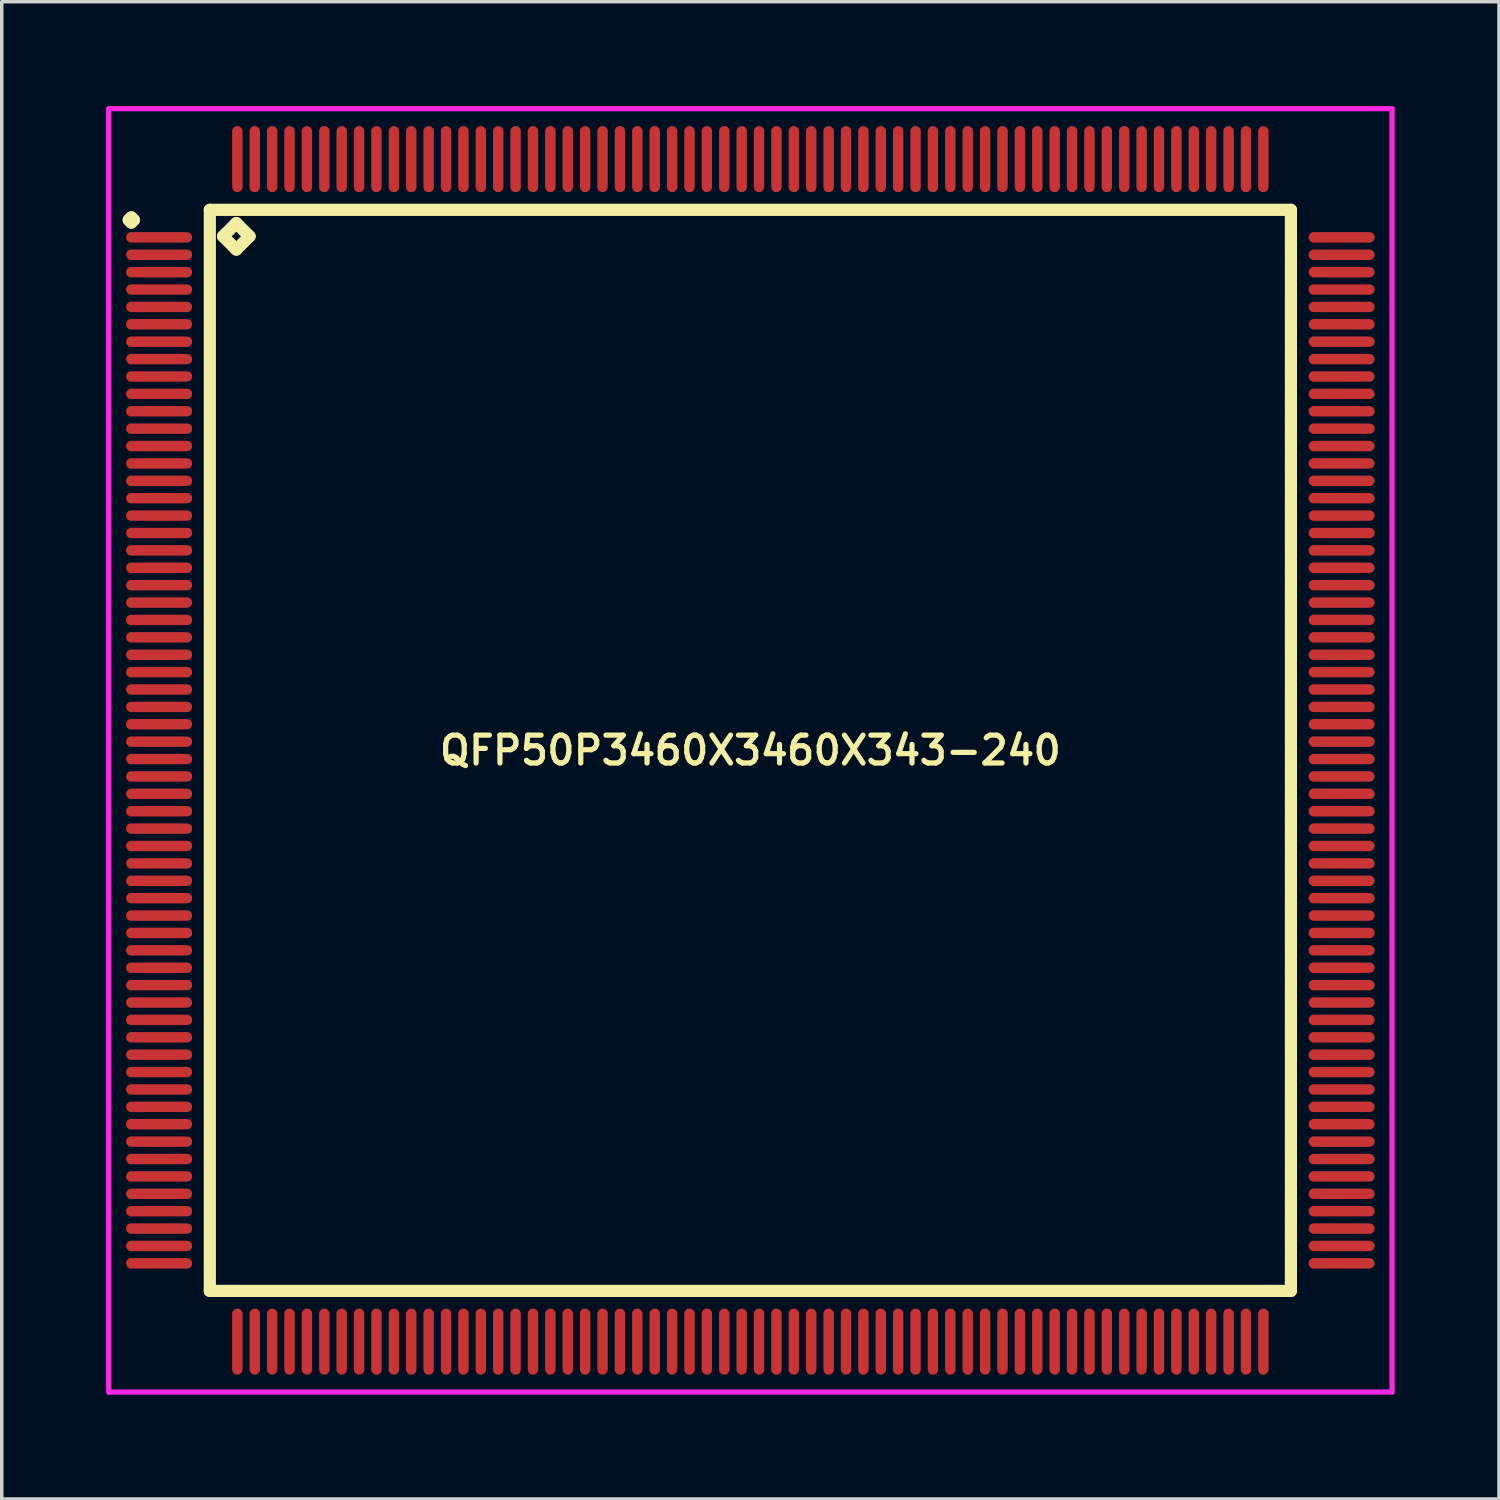
<source format=kicad_pcb>
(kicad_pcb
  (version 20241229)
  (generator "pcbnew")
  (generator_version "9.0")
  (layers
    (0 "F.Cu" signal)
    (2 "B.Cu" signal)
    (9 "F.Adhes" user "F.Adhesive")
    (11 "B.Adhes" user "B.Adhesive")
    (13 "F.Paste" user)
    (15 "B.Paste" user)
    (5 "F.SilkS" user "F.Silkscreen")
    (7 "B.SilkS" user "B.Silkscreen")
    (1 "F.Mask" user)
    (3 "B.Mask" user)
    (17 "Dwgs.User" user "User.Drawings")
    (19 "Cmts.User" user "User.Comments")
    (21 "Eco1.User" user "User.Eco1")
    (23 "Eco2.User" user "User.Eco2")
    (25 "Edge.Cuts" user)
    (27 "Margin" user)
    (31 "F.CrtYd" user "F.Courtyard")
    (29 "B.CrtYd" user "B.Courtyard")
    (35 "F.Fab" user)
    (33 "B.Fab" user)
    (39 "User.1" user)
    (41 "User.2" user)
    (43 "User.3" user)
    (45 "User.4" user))
  (footprint "QFP50P3460X3460X343-240"
    (layer "F.Cu")
    (at 18.525 18.525)
    (property "Reference" "QFP50P3460X3460X343-240" (at 0 0 0) (layer "F.SilkS") (effects (font (size 0.8 0.8) (thickness 0.15))))
    (attr smd)
    (fp_line (start -17.875 -15.25) (end -17.8 -15.325) (stroke (width 0.35) (type solid)) (layer "F.SilkS"))
    (fp_line (start -17.8 -15.325) (end -17.725 -15.25) (stroke (width 0.35) (type solid)) (layer "F.SilkS"))
    (fp_line (start -17.8 -15.175) (end -17.875 -15.25) (stroke (width 0.35) (type solid)) (layer "F.SilkS"))
    (fp_line (start -17.725 -15.25) (end -17.8 -15.175) (stroke (width 0.35) (type solid)) (layer "F.SilkS"))
    (fp_line (start -15.542 -15.542) (end -15.542 15.542) (stroke (width 0.35) (type solid)) (layer "F.SilkS"))
    (fp_line (start -15.542 15.542) (end 15.542 15.542) (stroke (width 0.35) (type solid)) (layer "F.SilkS"))
    (fp_line (start -15.161 -14.78) (end -14.78 -15.161) (stroke (width 0.35) (type solid)) (layer "F.SilkS"))
    (fp_line (start -14.78 -15.161) (end -14.399 -14.78) (stroke (width 0.35) (type solid)) (layer "F.SilkS"))
    (fp_line (start -14.78 -14.399) (end -15.161 -14.78) (stroke (width 0.35) (type solid)) (layer "F.SilkS"))
    (fp_line (start -14.399 -14.78) (end -14.78 -14.399) (stroke (width 0.35) (type solid)) (layer "F.SilkS"))
    (fp_line (start 15.542 -15.542) (end -15.542 -15.542) (stroke (width 0.35) (type solid)) (layer "F.SilkS"))
    (fp_line (start 15.542 15.542) (end 15.542 -15.542) (stroke (width 0.35) (type solid)) (layer "F.SilkS"))
    (fp_line (start -18.45 -18.45) (end 18.45 -18.45) (stroke (width 0.15) (type solid)) (layer "F.CrtYd"))
    (fp_line (start -18.45 18.45) (end -18.45 -18.45) (stroke (width 0.15) (type solid)) (layer "F.CrtYd"))
    (fp_line (start 18.45 -18.45) (end 18.45 18.45) (stroke (width 0.15) (type solid)) (layer "F.CrtYd"))
    (fp_line (start 18.45 18.45) (end -18.45 18.45) (stroke (width 0.15) (type solid)) (layer "F.CrtYd"))
    (pad "1" smd oval (at -17 -14.75) (size 1.9 0.3) (layers "F.Cu" "F.Mask" "F.Paste"))
    (pad "2" smd oval (at -17 -14.25) (size 1.9 0.3) (layers "F.Cu" "F.Mask" "F.Paste"))
    (pad "3" smd oval (at -17 -13.75) (size 1.9 0.3) (layers "F.Cu" "F.Mask" "F.Paste"))
    (pad "4" smd oval (at -17 -13.25) (size 1.9 0.3) (layers "F.Cu" "F.Mask" "F.Paste"))
    (pad "5" smd oval (at -17 -12.75) (size 1.9 0.3) (layers "F.Cu" "F.Mask" "F.Paste"))
    (pad "6" smd oval (at -17 -12.25) (size 1.9 0.3) (layers "F.Cu" "F.Mask" "F.Paste"))
    (pad "7" smd oval (at -17 -11.75) (size 1.9 0.3) (layers "F.Cu" "F.Mask" "F.Paste"))
    (pad "8" smd oval (at -17 -11.25) (size 1.9 0.3) (layers "F.Cu" "F.Mask" "F.Paste"))
    (pad "9" smd oval (at -17 -10.75) (size 1.9 0.3) (layers "F.Cu" "F.Mask" "F.Paste"))
    (pad "10" smd oval (at -17 -10.25) (size 1.9 0.3) (layers "F.Cu" "F.Mask" "F.Paste"))
    (pad "11" smd oval (at -17 -9.75) (size 1.9 0.3) (layers "F.Cu" "F.Mask" "F.Paste"))
    (pad "12" smd oval (at -17 -9.25) (size 1.9 0.3) (layers "F.Cu" "F.Mask" "F.Paste"))
    (pad "13" smd oval (at -17 -8.75) (size 1.9 0.3) (layers "F.Cu" "F.Mask" "F.Paste"))
    (pad "14" smd oval (at -17 -8.25) (size 1.9 0.3) (layers "F.Cu" "F.Mask" "F.Paste"))
    (pad "15" smd oval (at -17 -7.75) (size 1.9 0.3) (layers "F.Cu" "F.Mask" "F.Paste"))
    (pad "16" smd oval (at -17 -7.25) (size 1.9 0.3) (layers "F.Cu" "F.Mask" "F.Paste"))
    (pad "17" smd oval (at -17 -6.75) (size 1.9 0.3) (layers "F.Cu" "F.Mask" "F.Paste"))
    (pad "18" smd oval (at -17 -6.25) (size 1.9 0.3) (layers "F.Cu" "F.Mask" "F.Paste"))
    (pad "19" smd oval (at -17 -5.75) (size 1.9 0.3) (layers "F.Cu" "F.Mask" "F.Paste"))
    (pad "20" smd oval (at -17 -5.25) (size 1.9 0.3) (layers "F.Cu" "F.Mask" "F.Paste"))
    (pad "21" smd oval (at -17 -4.75) (size 1.9 0.3) (layers "F.Cu" "F.Mask" "F.Paste"))
    (pad "22" smd oval (at -17 -4.25) (size 1.9 0.3) (layers "F.Cu" "F.Mask" "F.Paste"))
    (pad "23" smd oval (at -17 -3.75) (size 1.9 0.3) (layers "F.Cu" "F.Mask" "F.Paste"))
    (pad "24" smd oval (at -17 -3.25) (size 1.9 0.3) (layers "F.Cu" "F.Mask" "F.Paste"))
    (pad "25" smd oval (at -17 -2.75) (size 1.9 0.3) (layers "F.Cu" "F.Mask" "F.Paste"))
    (pad "26" smd oval (at -17 -2.25) (size 1.9 0.3) (layers "F.Cu" "F.Mask" "F.Paste"))
    (pad "27" smd oval (at -17 -1.75) (size 1.9 0.3) (layers "F.Cu" "F.Mask" "F.Paste"))
    (pad "28" smd oval (at -17 -1.25) (size 1.9 0.3) (layers "F.Cu" "F.Mask" "F.Paste"))
    (pad "29" smd oval (at -17 -0.75) (size 1.9 0.3) (layers "F.Cu" "F.Mask" "F.Paste"))
    (pad "30" smd oval (at -17 -0.25) (size 1.9 0.3) (layers "F.Cu" "F.Mask" "F.Paste"))
    (pad "31" smd oval (at -17 0.25) (size 1.9 0.3) (layers "F.Cu" "F.Mask" "F.Paste"))
    (pad "32" smd oval (at -17 0.75) (size 1.9 0.3) (layers "F.Cu" "F.Mask" "F.Paste"))
    (pad "33" smd oval (at -17 1.25) (size 1.9 0.3) (layers "F.Cu" "F.Mask" "F.Paste"))
    (pad "34" smd oval (at -17 1.75) (size 1.9 0.3) (layers "F.Cu" "F.Mask" "F.Paste"))
    (pad "35" smd oval (at -17 2.25) (size 1.9 0.3) (layers "F.Cu" "F.Mask" "F.Paste"))
    (pad "36" smd oval (at -17 2.75) (size 1.9 0.3) (layers "F.Cu" "F.Mask" "F.Paste"))
    (pad "37" smd oval (at -17 3.25) (size 1.9 0.3) (layers "F.Cu" "F.Mask" "F.Paste"))
    (pad "38" smd oval (at -17 3.75) (size 1.9 0.3) (layers "F.Cu" "F.Mask" "F.Paste"))
    (pad "39" smd oval (at -17 4.25) (size 1.9 0.3) (layers "F.Cu" "F.Mask" "F.Paste"))
    (pad "40" smd oval (at -17 4.75) (size 1.9 0.3) (layers "F.Cu" "F.Mask" "F.Paste"))
    (pad "41" smd oval (at -17 5.25) (size 1.9 0.3) (layers "F.Cu" "F.Mask" "F.Paste"))
    (pad "42" smd oval (at -17 5.75) (size 1.9 0.3) (layers "F.Cu" "F.Mask" "F.Paste"))
    (pad "43" smd oval (at -17 6.25) (size 1.9 0.3) (layers "F.Cu" "F.Mask" "F.Paste"))
    (pad "44" smd oval (at -17 6.75) (size 1.9 0.3) (layers "F.Cu" "F.Mask" "F.Paste"))
    (pad "45" smd oval (at -17 7.25) (size 1.9 0.3) (layers "F.Cu" "F.Mask" "F.Paste"))
    (pad "46" smd oval (at -17 7.75) (size 1.9 0.3) (layers "F.Cu" "F.Mask" "F.Paste"))
    (pad "47" smd oval (at -17 8.25) (size 1.9 0.3) (layers "F.Cu" "F.Mask" "F.Paste"))
    (pad "48" smd oval (at -17 8.75) (size 1.9 0.3) (layers "F.Cu" "F.Mask" "F.Paste"))
    (pad "49" smd oval (at -17 9.25) (size 1.9 0.3) (layers "F.Cu" "F.Mask" "F.Paste"))
    (pad "50" smd oval (at -17 9.75) (size 1.9 0.3) (layers "F.Cu" "F.Mask" "F.Paste"))
    (pad "51" smd oval (at -17 10.25) (size 1.9 0.3) (layers "F.Cu" "F.Mask" "F.Paste"))
    (pad "52" smd oval (at -17 10.75) (size 1.9 0.3) (layers "F.Cu" "F.Mask" "F.Paste"))
    (pad "53" smd oval (at -17 11.25) (size 1.9 0.3) (layers "F.Cu" "F.Mask" "F.Paste"))
    (pad "54" smd oval (at -17 11.75) (size 1.9 0.3) (layers "F.Cu" "F.Mask" "F.Paste"))
    (pad "55" smd oval (at -17 12.25) (size 1.9 0.3) (layers "F.Cu" "F.Mask" "F.Paste"))
    (pad "56" smd oval (at -17 12.75) (size 1.9 0.3) (layers "F.Cu" "F.Mask" "F.Paste"))
    (pad "57" smd oval (at -17 13.25) (size 1.9 0.3) (layers "F.Cu" "F.Mask" "F.Paste"))
    (pad "58" smd oval (at -17 13.75) (size 1.9 0.3) (layers "F.Cu" "F.Mask" "F.Paste"))
    (pad "59" smd oval (at -17 14.25) (size 1.9 0.3) (layers "F.Cu" "F.Mask" "F.Paste"))
    (pad "60" smd oval (at -17 14.75) (size 1.9 0.3) (layers "F.Cu" "F.Mask" "F.Paste"))
    (pad "61" smd oval (at -14.75 17) (size 0.3 1.9) (layers "F.Cu" "F.Mask" "F.Paste"))
    (pad "62" smd oval (at -14.25 17) (size 0.3 1.9) (layers "F.Cu" "F.Mask" "F.Paste"))
    (pad "63" smd oval (at -13.75 17) (size 0.3 1.9) (layers "F.Cu" "F.Mask" "F.Paste"))
    (pad "64" smd oval (at -13.25 17) (size 0.3 1.9) (layers "F.Cu" "F.Mask" "F.Paste"))
    (pad "65" smd oval (at -12.75 17) (size 0.3 1.9) (layers "F.Cu" "F.Mask" "F.Paste"))
    (pad "66" smd oval (at -12.25 17) (size 0.3 1.9) (layers "F.Cu" "F.Mask" "F.Paste"))
    (pad "67" smd oval (at -11.75 17) (size 0.3 1.9) (layers "F.Cu" "F.Mask" "F.Paste"))
    (pad "68" smd oval (at -11.25 17) (size 0.3 1.9) (layers "F.Cu" "F.Mask" "F.Paste"))
    (pad "69" smd oval (at -10.75 17) (size 0.3 1.9) (layers "F.Cu" "F.Mask" "F.Paste"))
    (pad "70" smd oval (at -10.25 17) (size 0.3 1.9) (layers "F.Cu" "F.Mask" "F.Paste"))
    (pad "71" smd oval (at -9.75 17) (size 0.3 1.9) (layers "F.Cu" "F.Mask" "F.Paste"))
    (pad "72" smd oval (at -9.25 17) (size 0.3 1.9) (layers "F.Cu" "F.Mask" "F.Paste"))
    (pad "73" smd oval (at -8.75 17) (size 0.3 1.9) (layers "F.Cu" "F.Mask" "F.Paste"))
    (pad "74" smd oval (at -8.25 17) (size 0.3 1.9) (layers "F.Cu" "F.Mask" "F.Paste"))
    (pad "75" smd oval (at -7.75 17) (size 0.3 1.9) (layers "F.Cu" "F.Mask" "F.Paste"))
    (pad "76" smd oval (at -7.25 17) (size 0.3 1.9) (layers "F.Cu" "F.Mask" "F.Paste"))
    (pad "77" smd oval (at -6.75 17) (size 0.3 1.9) (layers "F.Cu" "F.Mask" "F.Paste"))
    (pad "78" smd oval (at -6.25 17) (size 0.3 1.9) (layers "F.Cu" "F.Mask" "F.Paste"))
    (pad "79" smd oval (at -5.75 17) (size 0.3 1.9) (layers "F.Cu" "F.Mask" "F.Paste"))
    (pad "80" smd oval (at -5.25 17) (size 0.3 1.9) (layers "F.Cu" "F.Mask" "F.Paste"))
    (pad "81" smd oval (at -4.75 17) (size 0.3 1.9) (layers "F.Cu" "F.Mask" "F.Paste"))
    (pad "82" smd oval (at -4.25 17) (size 0.3 1.9) (layers "F.Cu" "F.Mask" "F.Paste"))
    (pad "83" smd oval (at -3.75 17) (size 0.3 1.9) (layers "F.Cu" "F.Mask" "F.Paste"))
    (pad "84" smd oval (at -3.25 17) (size 0.3 1.9) (layers "F.Cu" "F.Mask" "F.Paste"))
    (pad "85" smd oval (at -2.75 17) (size 0.3 1.9) (layers "F.Cu" "F.Mask" "F.Paste"))
    (pad "86" smd oval (at -2.25 17) (size 0.3 1.9) (layers "F.Cu" "F.Mask" "F.Paste"))
    (pad "87" smd oval (at -1.75 17) (size 0.3 1.9) (layers "F.Cu" "F.Mask" "F.Paste"))
    (pad "88" smd oval (at -1.25 17) (size 0.3 1.9) (layers "F.Cu" "F.Mask" "F.Paste"))
    (pad "89" smd oval (at -0.75 17) (size 0.3 1.9) (layers "F.Cu" "F.Mask" "F.Paste"))
    (pad "90" smd oval (at -0.25 17) (size 0.3 1.9) (layers "F.Cu" "F.Mask" "F.Paste"))
    (pad "91" smd oval (at 0.25 17) (size 0.3 1.9) (layers "F.Cu" "F.Mask" "F.Paste"))
    (pad "92" smd oval (at 0.75 17) (size 0.3 1.9) (layers "F.Cu" "F.Mask" "F.Paste"))
    (pad "93" smd oval (at 1.25 17) (size 0.3 1.9) (layers "F.Cu" "F.Mask" "F.Paste"))
    (pad "94" smd oval (at 1.75 17) (size 0.3 1.9) (layers "F.Cu" "F.Mask" "F.Paste"))
    (pad "95" smd oval (at 2.25 17) (size 0.3 1.9) (layers "F.Cu" "F.Mask" "F.Paste"))
    (pad "96" smd oval (at 2.75 17) (size 0.3 1.9) (layers "F.Cu" "F.Mask" "F.Paste"))
    (pad "97" smd oval (at 3.25 17) (size 0.3 1.9) (layers "F.Cu" "F.Mask" "F.Paste"))
    (pad "98" smd oval (at 3.75 17) (size 0.3 1.9) (layers "F.Cu" "F.Mask" "F.Paste"))
    (pad "99" smd oval (at 4.25 17) (size 0.3 1.9) (layers "F.Cu" "F.Mask" "F.Paste"))
    (pad "100" smd oval (at 4.75 17) (size 0.3 1.9) (layers "F.Cu" "F.Mask" "F.Paste"))
    (pad "101" smd oval (at 5.25 17) (size 0.3 1.9) (layers "F.Cu" "F.Mask" "F.Paste"))
    (pad "102" smd oval (at 5.75 17) (size 0.3 1.9) (layers "F.Cu" "F.Mask" "F.Paste"))
    (pad "103" smd oval (at 6.25 17) (size 0.3 1.9) (layers "F.Cu" "F.Mask" "F.Paste"))
    (pad "104" smd oval (at 6.75 17) (size 0.3 1.9) (layers "F.Cu" "F.Mask" "F.Paste"))
    (pad "105" smd oval (at 7.25 17) (size 0.3 1.9) (layers "F.Cu" "F.Mask" "F.Paste"))
    (pad "106" smd oval (at 7.75 17) (size 0.3 1.9) (layers "F.Cu" "F.Mask" "F.Paste"))
    (pad "107" smd oval (at 8.25 17) (size 0.3 1.9) (layers "F.Cu" "F.Mask" "F.Paste"))
    (pad "108" smd oval (at 8.75 17) (size 0.3 1.9) (layers "F.Cu" "F.Mask" "F.Paste"))
    (pad "109" smd oval (at 9.25 17) (size 0.3 1.9) (layers "F.Cu" "F.Mask" "F.Paste"))
    (pad "110" smd oval (at 9.75 17) (size 0.3 1.9) (layers "F.Cu" "F.Mask" "F.Paste"))
    (pad "111" smd oval (at 10.25 17) (size 0.3 1.9) (layers "F.Cu" "F.Mask" "F.Paste"))
    (pad "112" smd oval (at 10.75 17) (size 0.3 1.9) (layers "F.Cu" "F.Mask" "F.Paste"))
    (pad "113" smd oval (at 11.25 17) (size 0.3 1.9) (layers "F.Cu" "F.Mask" "F.Paste"))
    (pad "114" smd oval (at 11.75 17) (size 0.3 1.9) (layers "F.Cu" "F.Mask" "F.Paste"))
    (pad "115" smd oval (at 12.25 17) (size 0.3 1.9) (layers "F.Cu" "F.Mask" "F.Paste"))
    (pad "116" smd oval (at 12.75 17) (size 0.3 1.9) (layers "F.Cu" "F.Mask" "F.Paste"))
    (pad "117" smd oval (at 13.25 17) (size 0.3 1.9) (layers "F.Cu" "F.Mask" "F.Paste"))
    (pad "118" smd oval (at 13.75 17) (size 0.3 1.9) (layers "F.Cu" "F.Mask" "F.Paste"))
    (pad "119" smd oval (at 14.25 17) (size 0.3 1.9) (layers "F.Cu" "F.Mask" "F.Paste"))
    (pad "120" smd oval (at 14.75 17) (size 0.3 1.9) (layers "F.Cu" "F.Mask" "F.Paste"))
    (pad "121" smd oval (at 17 14.75) (size 1.9 0.3) (layers "F.Cu" "F.Mask" "F.Paste"))
    (pad "122" smd oval (at 17 14.25) (size 1.9 0.3) (layers "F.Cu" "F.Mask" "F.Paste"))
    (pad "123" smd oval (at 17 13.75) (size 1.9 0.3) (layers "F.Cu" "F.Mask" "F.Paste"))
    (pad "124" smd oval (at 17 13.25) (size 1.9 0.3) (layers "F.Cu" "F.Mask" "F.Paste"))
    (pad "125" smd oval (at 17 12.75) (size 1.9 0.3) (layers "F.Cu" "F.Mask" "F.Paste"))
    (pad "126" smd oval (at 17 12.25) (size 1.9 0.3) (layers "F.Cu" "F.Mask" "F.Paste"))
    (pad "127" smd oval (at 17 11.75) (size 1.9 0.3) (layers "F.Cu" "F.Mask" "F.Paste"))
    (pad "128" smd oval (at 17 11.25) (size 1.9 0.3) (layers "F.Cu" "F.Mask" "F.Paste"))
    (pad "129" smd oval (at 17 10.75) (size 1.9 0.3) (layers "F.Cu" "F.Mask" "F.Paste"))
    (pad "130" smd oval (at 17 10.25) (size 1.9 0.3) (layers "F.Cu" "F.Mask" "F.Paste"))
    (pad "131" smd oval (at 17 9.75) (size 1.9 0.3) (layers "F.Cu" "F.Mask" "F.Paste"))
    (pad "132" smd oval (at 17 9.25) (size 1.9 0.3) (layers "F.Cu" "F.Mask" "F.Paste"))
    (pad "133" smd oval (at 17 8.75) (size 1.9 0.3) (layers "F.Cu" "F.Mask" "F.Paste"))
    (pad "134" smd oval (at 17 8.25) (size 1.9 0.3) (layers "F.Cu" "F.Mask" "F.Paste"))
    (pad "135" smd oval (at 17 7.75) (size 1.9 0.3) (layers "F.Cu" "F.Mask" "F.Paste"))
    (pad "136" smd oval (at 17 7.25) (size 1.9 0.3) (layers "F.Cu" "F.Mask" "F.Paste"))
    (pad "137" smd oval (at 17 6.75) (size 1.9 0.3) (layers "F.Cu" "F.Mask" "F.Paste"))
    (pad "138" smd oval (at 17 6.25) (size 1.9 0.3) (layers "F.Cu" "F.Mask" "F.Paste"))
    (pad "139" smd oval (at 17 5.75) (size 1.9 0.3) (layers "F.Cu" "F.Mask" "F.Paste"))
    (pad "140" smd oval (at 17 5.25) (size 1.9 0.3) (layers "F.Cu" "F.Mask" "F.Paste"))
    (pad "141" smd oval (at 17 4.75) (size 1.9 0.3) (layers "F.Cu" "F.Mask" "F.Paste"))
    (pad "142" smd oval (at 17 4.25) (size 1.9 0.3) (layers "F.Cu" "F.Mask" "F.Paste"))
    (pad "143" smd oval (at 17 3.75) (size 1.9 0.3) (layers "F.Cu" "F.Mask" "F.Paste"))
    (pad "144" smd oval (at 17 3.25) (size 1.9 0.3) (layers "F.Cu" "F.Mask" "F.Paste"))
    (pad "145" smd oval (at 17 2.75) (size 1.9 0.3) (layers "F.Cu" "F.Mask" "F.Paste"))
    (pad "146" smd oval (at 17 2.25) (size 1.9 0.3) (layers "F.Cu" "F.Mask" "F.Paste"))
    (pad "147" smd oval (at 17 1.75) (size 1.9 0.3) (layers "F.Cu" "F.Mask" "F.Paste"))
    (pad "148" smd oval (at 17 1.25) (size 1.9 0.3) (layers "F.Cu" "F.Mask" "F.Paste"))
    (pad "149" smd oval (at 17 0.75) (size 1.9 0.3) (layers "F.Cu" "F.Mask" "F.Paste"))
    (pad "150" smd oval (at 17 0.25) (size 1.9 0.3) (layers "F.Cu" "F.Mask" "F.Paste"))
    (pad "151" smd oval (at 17 -0.25) (size 1.9 0.3) (layers "F.Cu" "F.Mask" "F.Paste"))
    (pad "152" smd oval (at 17 -0.75) (size 1.9 0.3) (layers "F.Cu" "F.Mask" "F.Paste"))
    (pad "153" smd oval (at 17 -1.25) (size 1.9 0.3) (layers "F.Cu" "F.Mask" "F.Paste"))
    (pad "154" smd oval (at 17 -1.75) (size 1.9 0.3) (layers "F.Cu" "F.Mask" "F.Paste"))
    (pad "155" smd oval (at 17 -2.25) (size 1.9 0.3) (layers "F.Cu" "F.Mask" "F.Paste"))
    (pad "156" smd oval (at 17 -2.75) (size 1.9 0.3) (layers "F.Cu" "F.Mask" "F.Paste"))
    (pad "157" smd oval (at 17 -3.25) (size 1.9 0.3) (layers "F.Cu" "F.Mask" "F.Paste"))
    (pad "158" smd oval (at 17 -3.75) (size 1.9 0.3) (layers "F.Cu" "F.Mask" "F.Paste"))
    (pad "159" smd oval (at 17 -4.25) (size 1.9 0.3) (layers "F.Cu" "F.Mask" "F.Paste"))
    (pad "160" smd oval (at 17 -4.75) (size 1.9 0.3) (layers "F.Cu" "F.Mask" "F.Paste"))
    (pad "161" smd oval (at 17 -5.25) (size 1.9 0.3) (layers "F.Cu" "F.Mask" "F.Paste"))
    (pad "162" smd oval (at 17 -5.75) (size 1.9 0.3) (layers "F.Cu" "F.Mask" "F.Paste"))
    (pad "163" smd oval (at 17 -6.25) (size 1.9 0.3) (layers "F.Cu" "F.Mask" "F.Paste"))
    (pad "164" smd oval (at 17 -6.75) (size 1.9 0.3) (layers "F.Cu" "F.Mask" "F.Paste"))
    (pad "165" smd oval (at 17 -7.25) (size 1.9 0.3) (layers "F.Cu" "F.Mask" "F.Paste"))
    (pad "166" smd oval (at 17 -7.75) (size 1.9 0.3) (layers "F.Cu" "F.Mask" "F.Paste"))
    (pad "167" smd oval (at 17 -8.25) (size 1.9 0.3) (layers "F.Cu" "F.Mask" "F.Paste"))
    (pad "168" smd oval (at 17 -8.75) (size 1.9 0.3) (layers "F.Cu" "F.Mask" "F.Paste"))
    (pad "169" smd oval (at 17 -9.25) (size 1.9 0.3) (layers "F.Cu" "F.Mask" "F.Paste"))
    (pad "170" smd oval (at 17 -9.75) (size 1.9 0.3) (layers "F.Cu" "F.Mask" "F.Paste"))
    (pad "171" smd oval (at 17 -10.25) (size 1.9 0.3) (layers "F.Cu" "F.Mask" "F.Paste"))
    (pad "172" smd oval (at 17 -10.75) (size 1.9 0.3) (layers "F.Cu" "F.Mask" "F.Paste"))
    (pad "173" smd oval (at 17 -11.25) (size 1.9 0.3) (layers "F.Cu" "F.Mask" "F.Paste"))
    (pad "174" smd oval (at 17 -11.75) (size 1.9 0.3) (layers "F.Cu" "F.Mask" "F.Paste"))
    (pad "175" smd oval (at 17 -12.25) (size 1.9 0.3) (layers "F.Cu" "F.Mask" "F.Paste"))
    (pad "176" smd oval (at 17 -12.75) (size 1.9 0.3) (layers "F.Cu" "F.Mask" "F.Paste"))
    (pad "177" smd oval (at 17 -13.25) (size 1.9 0.3) (layers "F.Cu" "F.Mask" "F.Paste"))
    (pad "178" smd oval (at 17 -13.75) (size 1.9 0.3) (layers "F.Cu" "F.Mask" "F.Paste"))
    (pad "179" smd oval (at 17 -14.25) (size 1.9 0.3) (layers "F.Cu" "F.Mask" "F.Paste"))
    (pad "180" smd oval (at 17 -14.75) (size 1.9 0.3) (layers "F.Cu" "F.Mask" "F.Paste"))
    (pad "181" smd oval (at 14.75 -17) (size 0.3 1.9) (layers "F.Cu" "F.Mask" "F.Paste"))
    (pad "182" smd oval (at 14.25 -17) (size 0.3 1.9) (layers "F.Cu" "F.Mask" "F.Paste"))
    (pad "183" smd oval (at 13.75 -17) (size 0.3 1.9) (layers "F.Cu" "F.Mask" "F.Paste"))
    (pad "184" smd oval (at 13.25 -17) (size 0.3 1.9) (layers "F.Cu" "F.Mask" "F.Paste"))
    (pad "185" smd oval (at 12.75 -17) (size 0.3 1.9) (layers "F.Cu" "F.Mask" "F.Paste"))
    (pad "186" smd oval (at 12.25 -17) (size 0.3 1.9) (layers "F.Cu" "F.Mask" "F.Paste"))
    (pad "187" smd oval (at 11.75 -17) (size 0.3 1.9) (layers "F.Cu" "F.Mask" "F.Paste"))
    (pad "188" smd oval (at 11.25 -17) (size 0.3 1.9) (layers "F.Cu" "F.Mask" "F.Paste"))
    (pad "189" smd oval (at 10.75 -17) (size 0.3 1.9) (layers "F.Cu" "F.Mask" "F.Paste"))
    (pad "190" smd oval (at 10.25 -17) (size 0.3 1.9) (layers "F.Cu" "F.Mask" "F.Paste"))
    (pad "191" smd oval (at 9.75 -17) (size 0.3 1.9) (layers "F.Cu" "F.Mask" "F.Paste"))
    (pad "192" smd oval (at 9.25 -17) (size 0.3 1.9) (layers "F.Cu" "F.Mask" "F.Paste"))
    (pad "193" smd oval (at 8.75 -17) (size 0.3 1.9) (layers "F.Cu" "F.Mask" "F.Paste"))
    (pad "194" smd oval (at 8.25 -17) (size 0.3 1.9) (layers "F.Cu" "F.Mask" "F.Paste"))
    (pad "195" smd oval (at 7.75 -17) (size 0.3 1.9) (layers "F.Cu" "F.Mask" "F.Paste"))
    (pad "196" smd oval (at 7.25 -17) (size 0.3 1.9) (layers "F.Cu" "F.Mask" "F.Paste"))
    (pad "197" smd oval (at 6.75 -17) (size 0.3 1.9) (layers "F.Cu" "F.Mask" "F.Paste"))
    (pad "198" smd oval (at 6.25 -17) (size 0.3 1.9) (layers "F.Cu" "F.Mask" "F.Paste"))
    (pad "199" smd oval (at 5.75 -17) (size 0.3 1.9) (layers "F.Cu" "F.Mask" "F.Paste"))
    (pad "200" smd oval (at 5.25 -17) (size 0.3 1.9) (layers "F.Cu" "F.Mask" "F.Paste"))
    (pad "201" smd oval (at 4.75 -17) (size 0.3 1.9) (layers "F.Cu" "F.Mask" "F.Paste"))
    (pad "202" smd oval (at 4.25 -17) (size 0.3 1.9) (layers "F.Cu" "F.Mask" "F.Paste"))
    (pad "203" smd oval (at 3.75 -17) (size 0.3 1.9) (layers "F.Cu" "F.Mask" "F.Paste"))
    (pad "204" smd oval (at 3.25 -17) (size 0.3 1.9) (layers "F.Cu" "F.Mask" "F.Paste"))
    (pad "205" smd oval (at 2.75 -17) (size 0.3 1.9) (layers "F.Cu" "F.Mask" "F.Paste"))
    (pad "206" smd oval (at 2.25 -17) (size 0.3 1.9) (layers "F.Cu" "F.Mask" "F.Paste"))
    (pad "207" smd oval (at 1.75 -17) (size 0.3 1.9) (layers "F.Cu" "F.Mask" "F.Paste"))
    (pad "208" smd oval (at 1.25 -17) (size 0.3 1.9) (layers "F.Cu" "F.Mask" "F.Paste"))
    (pad "209" smd oval (at 0.75 -17) (size 0.3 1.9) (layers "F.Cu" "F.Mask" "F.Paste"))
    (pad "210" smd oval (at 0.25 -17) (size 0.3 1.9) (layers "F.Cu" "F.Mask" "F.Paste"))
    (pad "211" smd oval (at -0.25 -17) (size 0.3 1.9) (layers "F.Cu" "F.Mask" "F.Paste"))
    (pad "212" smd oval (at -0.75 -17) (size 0.3 1.9) (layers "F.Cu" "F.Mask" "F.Paste"))
    (pad "213" smd oval (at -1.25 -17) (size 0.3 1.9) (layers "F.Cu" "F.Mask" "F.Paste"))
    (pad "214" smd oval (at -1.75 -17) (size 0.3 1.9) (layers "F.Cu" "F.Mask" "F.Paste"))
    (pad "215" smd oval (at -2.25 -17) (size 0.3 1.9) (layers "F.Cu" "F.Mask" "F.Paste"))
    (pad "216" smd oval (at -2.75 -17) (size 0.3 1.9) (layers "F.Cu" "F.Mask" "F.Paste"))
    (pad "217" smd oval (at -3.25 -17) (size 0.3 1.9) (layers "F.Cu" "F.Mask" "F.Paste"))
    (pad "218" smd oval (at -3.75 -17) (size 0.3 1.9) (layers "F.Cu" "F.Mask" "F.Paste"))
    (pad "219" smd oval (at -4.25 -17) (size 0.3 1.9) (layers "F.Cu" "F.Mask" "F.Paste"))
    (pad "220" smd oval (at -4.75 -17) (size 0.3 1.9) (layers "F.Cu" "F.Mask" "F.Paste"))
    (pad "221" smd oval (at -5.25 -17) (size 0.3 1.9) (layers "F.Cu" "F.Mask" "F.Paste"))
    (pad "222" smd oval (at -5.75 -17) (size 0.3 1.9) (layers "F.Cu" "F.Mask" "F.Paste"))
    (pad "223" smd oval (at -6.25 -17) (size 0.3 1.9) (layers "F.Cu" "F.Mask" "F.Paste"))
    (pad "224" smd oval (at -6.75 -17) (size 0.3 1.9) (layers "F.Cu" "F.Mask" "F.Paste"))
    (pad "225" smd oval (at -7.25 -17) (size 0.3 1.9) (layers "F.Cu" "F.Mask" "F.Paste"))
    (pad "226" smd oval (at -7.75 -17) (size 0.3 1.9) (layers "F.Cu" "F.Mask" "F.Paste"))
    (pad "227" smd oval (at -8.25 -17) (size 0.3 1.9) (layers "F.Cu" "F.Mask" "F.Paste"))
    (pad "228" smd oval (at -8.75 -17) (size 0.3 1.9) (layers "F.Cu" "F.Mask" "F.Paste"))
    (pad "229" smd oval (at -9.25 -17) (size 0.3 1.9) (layers "F.Cu" "F.Mask" "F.Paste"))
    (pad "230" smd oval (at -9.75 -17) (size 0.3 1.9) (layers "F.Cu" "F.Mask" "F.Paste"))
    (pad "231" smd oval (at -10.25 -17) (size 0.3 1.9) (layers "F.Cu" "F.Mask" "F.Paste"))
    (pad "232" smd oval (at -10.75 -17) (size 0.3 1.9) (layers "F.Cu" "F.Mask" "F.Paste"))
    (pad "233" smd oval (at -11.25 -17) (size 0.3 1.9) (layers "F.Cu" "F.Mask" "F.Paste"))
    (pad "234" smd oval (at -11.75 -17) (size 0.3 1.9) (layers "F.Cu" "F.Mask" "F.Paste"))
    (pad "235" smd oval (at -12.25 -17) (size 0.3 1.9) (layers "F.Cu" "F.Mask" "F.Paste"))
    (pad "236" smd oval (at -12.75 -17) (size 0.3 1.9) (layers "F.Cu" "F.Mask" "F.Paste"))
    (pad "237" smd oval (at -13.25 -17) (size 0.3 1.9) (layers "F.Cu" "F.Mask" "F.Paste"))
    (pad "238" smd oval (at -13.75 -17) (size 0.3 1.9) (layers "F.Cu" "F.Mask" "F.Paste"))
    (pad "239" smd oval (at -14.25 -17) (size 0.3 1.9) (layers "F.Cu" "F.Mask" "F.Paste"))
    (pad "240" smd oval (at -14.75 -17) (size 0.3 1.9) (layers "F.Cu" "F.Mask" "F.Paste")))
  (gr_rect
    (start -3 -3)
    (end 40.05 40.05)
    (stroke (width 0.1) (type default))
    (fill no)
    (layer "Edge.Cuts")))
</source>
